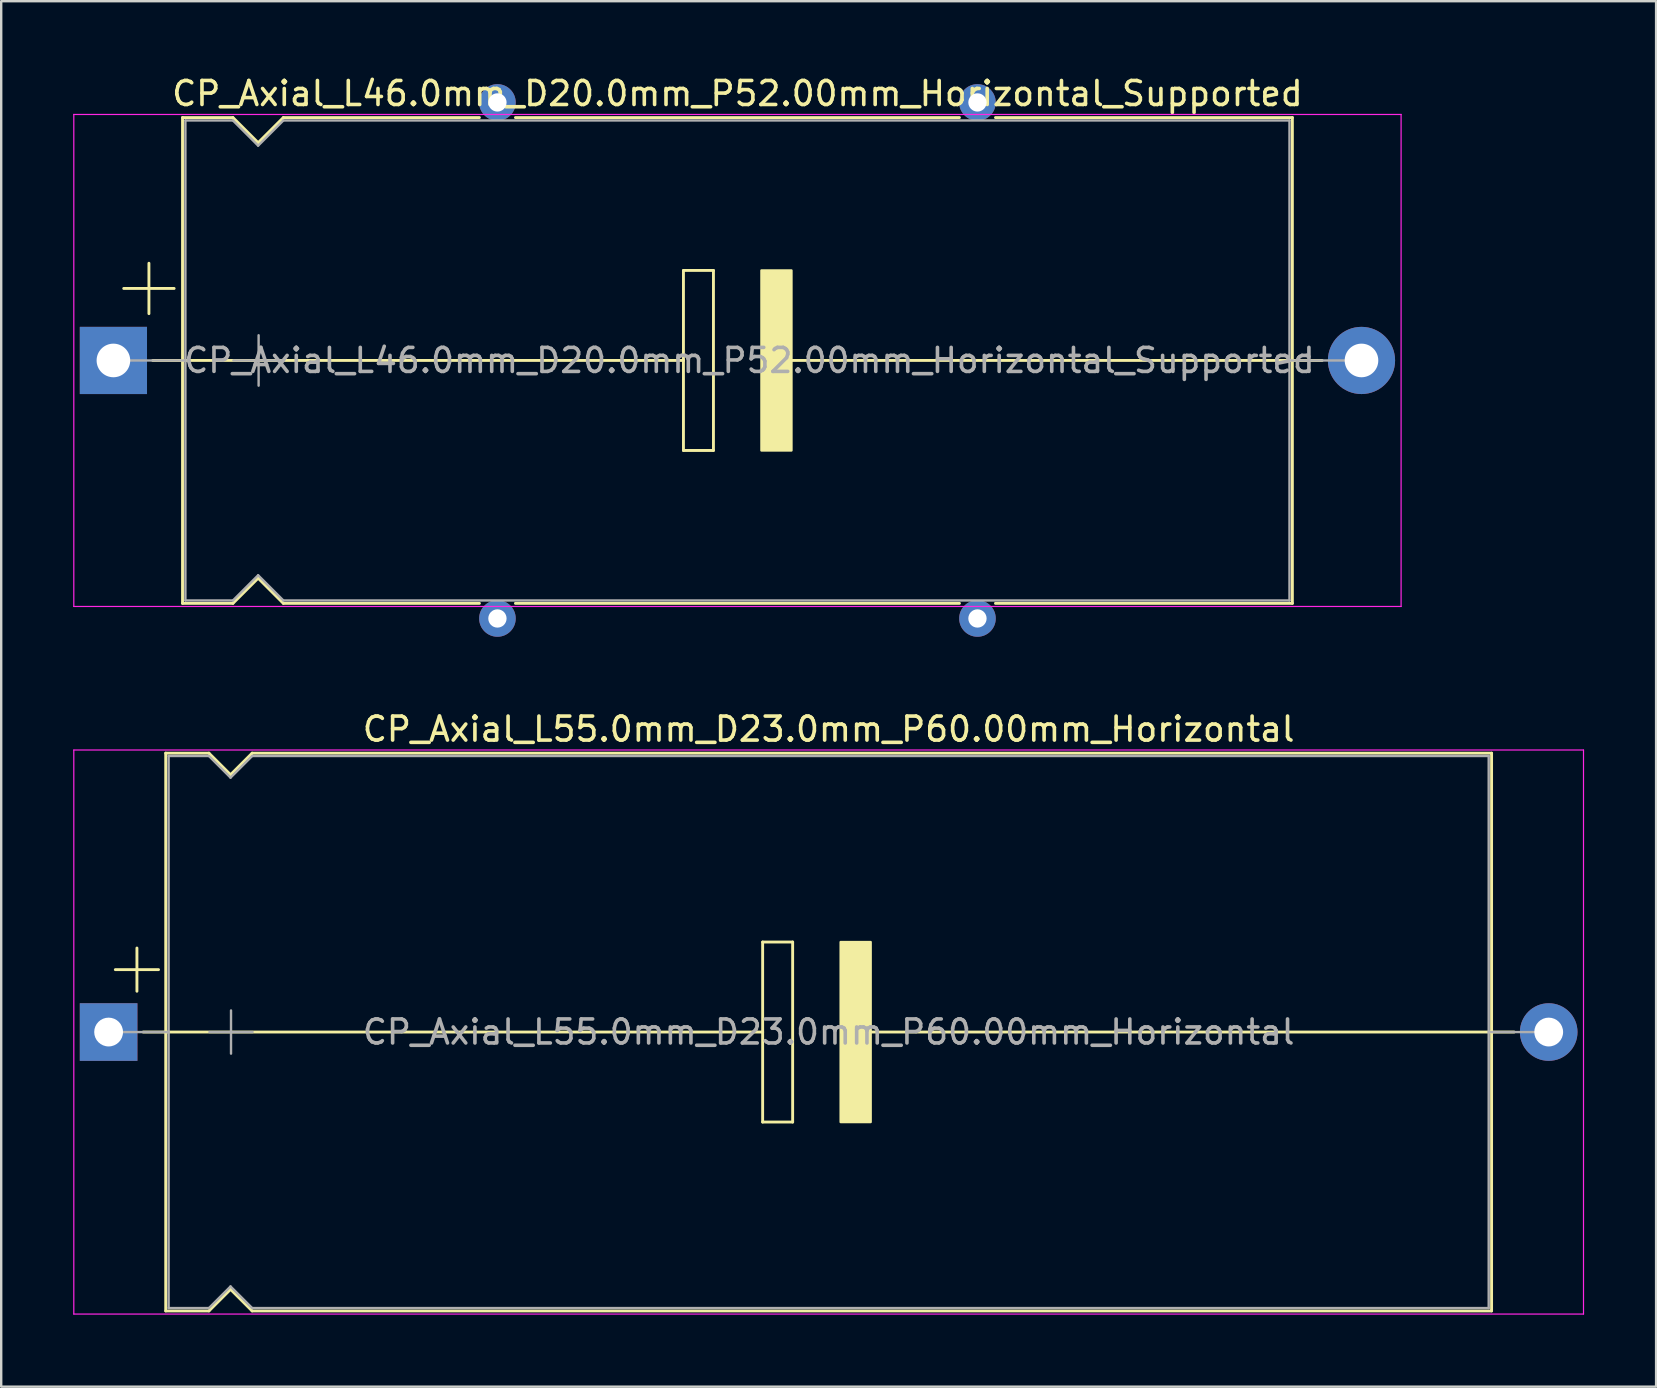
<source format=kicad_pcb>
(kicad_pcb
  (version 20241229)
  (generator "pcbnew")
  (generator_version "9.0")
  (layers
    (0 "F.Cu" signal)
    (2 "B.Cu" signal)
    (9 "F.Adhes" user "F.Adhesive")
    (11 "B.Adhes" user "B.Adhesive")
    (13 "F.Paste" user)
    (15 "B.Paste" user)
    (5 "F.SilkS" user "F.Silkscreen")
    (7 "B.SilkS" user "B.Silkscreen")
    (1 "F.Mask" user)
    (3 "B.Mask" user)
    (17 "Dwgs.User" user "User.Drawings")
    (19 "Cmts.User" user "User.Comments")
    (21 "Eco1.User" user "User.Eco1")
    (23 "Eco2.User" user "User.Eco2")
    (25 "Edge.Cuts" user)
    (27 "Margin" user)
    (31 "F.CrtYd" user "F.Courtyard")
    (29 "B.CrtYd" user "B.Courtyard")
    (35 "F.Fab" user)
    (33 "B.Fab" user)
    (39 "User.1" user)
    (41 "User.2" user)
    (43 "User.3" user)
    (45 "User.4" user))
  (footprint "CP_Axial_L55.0mm_D23.0mm_P60.00mm_Horizontal"
    (layer "F.Cu")
    (at 1.475 39.949)
    (property "Reference" "CP_Axial_L55.0mm_D23.0mm_P60.00mm_Horizontal" (at 30 -12.62 0) (layer "F.SilkS") (effects (font (size 1 1) (thickness 0.15))))
    (attr through_hole)
    (fp_line (start 0.28 -2.6) (end 2.08 -2.6) (stroke (width 0.12) (type solid)) (layer "F.SilkS"))
    (fp_line (start 1.18 -3.5) (end 1.18 -1.7) (stroke (width 0.12) (type solid)) (layer "F.SilkS"))
    (fp_line (start 1.44 0) (end 2.38 0) (stroke (width 0.12) (type solid)) (layer "F.SilkS"))
    (fp_line (start 2.38 -11.62) (end 2.38 11.62) (stroke (width 0.12) (type solid)) (layer "F.SilkS"))
    (fp_line (start 2.38 -11.62) (end 4.18 -11.62) (stroke (width 0.12) (type solid)) (layer "F.SilkS"))
    (fp_line (start 2.38 0) (end 27.25 0) (stroke (width 0.12) (type solid)) (layer "F.SilkS"))
    (fp_line (start 2.38 11.62) (end 4.18 11.62) (stroke (width 0.12) (type solid)) (layer "F.SilkS"))
    (fp_line (start 4.18 -11.62) (end 5.08 -10.72) (stroke (width 0.12) (type solid)) (layer "F.SilkS"))
    (fp_line (start 4.18 11.62) (end 5.08 10.72) (stroke (width 0.12) (type solid)) (layer "F.SilkS"))
    (fp_line (start 5.08 -10.72) (end 5.98 -11.62) (stroke (width 0.12) (type solid)) (layer "F.SilkS"))
    (fp_line (start 5.08 10.72) (end 5.98 11.62) (stroke (width 0.12) (type solid)) (layer "F.SilkS"))
    (fp_line (start 5.98 -11.62) (end 57.62 -11.62) (stroke (width 0.12) (type solid)) (layer "F.SilkS"))
    (fp_line (start 5.98 11.62) (end 57.62 11.62) (stroke (width 0.12) (type solid)) (layer "F.SilkS"))
    (fp_line (start 27.25 -3.75) (end 28.5 -3.75) (stroke (width 0.12) (type solid)) (layer "F.SilkS"))
    (fp_line (start 27.25 0) (end 27.25 -3.75) (stroke (width 0.12) (type solid)) (layer "F.SilkS"))
    (fp_line (start 27.25 3.75) (end 27.25 0) (stroke (width 0.12) (type solid)) (layer "F.SilkS"))
    (fp_line (start 28.5 -3.75) (end 28.5 3.75) (stroke (width 0.12) (type solid)) (layer "F.SilkS"))
    (fp_line (start 28.5 3.75) (end 27.25 3.75) (stroke (width 0.12) (type solid)) (layer "F.SilkS"))
    (fp_line (start 31.75 0) (end 57.62 0) (stroke (width 0.12) (type solid)) (layer "F.SilkS"))
    (fp_line (start 57.62 -11.62) (end 57.62 11.62) (stroke (width 0.12) (type solid)) (layer "F.SilkS"))
    (fp_line (start 58.56 0) (end 57.62 0) (stroke (width 0.12) (type solid)) (layer "F.SilkS"))
    (fp_poly (pts (xy 31.75 3.75) (xy 30.5 3.75) (xy 30.5 -3.75) (xy 31.75 -3.75)) (stroke (width 0.1) (type solid)) (fill yes) (layer "F.SilkS"))
    (fp_line (start -1.45 -11.75) (end -1.45 11.75) (stroke (width 0.05) (type solid)) (layer "F.CrtYd"))
    (fp_line (start -1.45 11.75) (end 61.45 11.75) (stroke (width 0.05) (type solid)) (layer "F.CrtYd"))
    (fp_line (start 61.45 -11.75) (end -1.45 -11.75) (stroke (width 0.05) (type solid)) (layer "F.CrtYd"))
    (fp_line (start 61.45 11.75) (end 61.45 -11.75) (stroke (width 0.05) (type solid)) (layer "F.CrtYd"))
    (fp_line (start 0 0) (end 2.5 0) (stroke (width 0.1) (type solid)) (layer "F.Fab"))
    (fp_line (start 2.5 -11.5) (end 2.5 11.5) (stroke (width 0.1) (type solid)) (layer "F.Fab"))
    (fp_line (start 2.5 -11.5) (end 4.18 -11.5) (stroke (width 0.1) (type solid)) (layer "F.Fab"))
    (fp_line (start 2.5 11.5) (end 4.18 11.5) (stroke (width 0.1) (type solid)) (layer "F.Fab"))
    (fp_line (start 4.18 -11.5) (end 5.08 -10.6) (stroke (width 0.1) (type solid)) (layer "F.Fab"))
    (fp_line (start 4.18 11.5) (end 5.08 10.6) (stroke (width 0.1) (type solid)) (layer "F.Fab"))
    (fp_line (start 4.2 0) (end 6 0) (stroke (width 0.1) (type solid)) (layer "F.Fab"))
    (fp_line (start 5.08 -10.6) (end 5.98 -11.5) (stroke (width 0.1) (type solid)) (layer "F.Fab"))
    (fp_line (start 5.08 10.6) (end 5.98 11.5) (stroke (width 0.1) (type solid)) (layer "F.Fab"))
    (fp_line (start 5.1 -0.9) (end 5.1 0.9) (stroke (width 0.1) (type solid)) (layer "F.Fab"))
    (fp_line (start 5.98 -11.5) (end 57.5 -11.5) (stroke (width 0.1) (type solid)) (layer "F.Fab"))
    (fp_line (start 5.98 11.5) (end 57.5 11.5) (stroke (width 0.1) (type solid)) (layer "F.Fab"))
    (fp_line (start 57.5 -11.5) (end 57.5 11.5) (stroke (width 0.1) (type solid)) (layer "F.Fab"))
    (fp_line (start 60 0) (end 57.5 0) (stroke (width 0.1) (type solid)) (layer "F.Fab"))
    (fp_text user "${REFERENCE}" (at 30 0 0) (layer "F.Fab") (effects (font (size 1 1) (thickness 0.15))))
    (pad "1" thru_hole rect (at 0 0) (size 2.4 2.4) (drill 1.2) (layers "*.Cu" "*.Mask"))
    (pad "2" thru_hole oval (at 60 0) (size 2.4 2.4) (drill 1.2) (layers "*.Cu" "*.Mask")))
  (footprint "CP_Axial_L46.0mm_D20.0mm_P52.00mm_Horizontal_Supported"
    (layer "F.Cu")
    (at 1.675 11.968)
    (property "Reference" "CP_Axial_L46.0mm_D20.0mm_P52.00mm_Horizontal_Supported" (at 26 -11.12 0) (layer "F.SilkS") (effects (font (size 1 1) (thickness 0.15))))
    (attr through_hole)
    (fp_line (start 0.43 -3) (end 2.53 -3) (stroke (width 0.12) (type solid)) (layer "F.SilkS"))
    (fp_line (start 1.48 -4.05) (end 1.48 -1.95) (stroke (width 0.12) (type solid)) (layer "F.SilkS"))
    (fp_line (start 1.64 0) (end 2.88 0) (stroke (width 0.12) (type solid)) (layer "F.SilkS"))
    (fp_line (start 2.88 -10.12) (end 2.88 10.12) (stroke (width 0.12) (type solid)) (layer "F.SilkS"))
    (fp_line (start 2.88 -10.12) (end 4.98 -10.12) (stroke (width 0.12) (type solid)) (layer "F.SilkS"))
    (fp_line (start 2.88 0) (end 23.75 0) (stroke (width 0.12) (type solid)) (layer "F.SilkS"))
    (fp_line (start 2.88 10.12) (end 4.98 10.12) (stroke (width 0.12) (type solid)) (layer "F.SilkS"))
    (fp_line (start 4.98 -10.12) (end 6.03 -9.07) (stroke (width 0.12) (type solid)) (layer "F.SilkS"))
    (fp_line (start 4.98 10.12) (end 6.03 9.07) (stroke (width 0.12) (type solid)) (layer "F.SilkS"))
    (fp_line (start 6.03 -9.07) (end 7.08 -10.12) (stroke (width 0.12) (type solid)) (layer "F.SilkS"))
    (fp_line (start 6.03 9.07) (end 7.08 10.12) (stroke (width 0.12) (type solid)) (layer "F.SilkS"))
    (fp_line (start 7.08 -10.12) (end 15.25 -10.12) (stroke (width 0.12) (type solid)) (layer "F.SilkS"))
    (fp_line (start 7.08 10.12) (end 15.25 10.12) (stroke (width 0.12) (type solid)) (layer "F.SilkS"))
    (fp_line (start 16.75 -10.12) (end 35.25 -10.12) (stroke (width 0.12) (type solid)) (layer "F.SilkS"))
    (fp_line (start 16.75 10.12) (end 35.25 10.12) (stroke (width 0.12) (type solid)) (layer "F.SilkS"))
    (fp_line (start 23.75 -3.75) (end 25 -3.75) (stroke (width 0.12) (type solid)) (layer "F.SilkS"))
    (fp_line (start 23.75 0) (end 23.75 -3.75) (stroke (width 0.12) (type solid)) (layer "F.SilkS"))
    (fp_line (start 23.75 3.75) (end 23.75 0) (stroke (width 0.12) (type solid)) (layer "F.SilkS"))
    (fp_line (start 25 -3.75) (end 25 3.75) (stroke (width 0.12) (type solid)) (layer "F.SilkS"))
    (fp_line (start 25 3.75) (end 23.75 3.75) (stroke (width 0.12) (type solid)) (layer "F.SilkS"))
    (fp_line (start 27.75 0) (end 49.12 0) (stroke (width 0.12) (type solid)) (layer "F.SilkS"))
    (fp_line (start 36.75 -10.12) (end 49.12 -10.12) (stroke (width 0.12) (type solid)) (layer "F.SilkS"))
    (fp_line (start 36.75 10.12) (end 49.12 10.12) (stroke (width 0.12) (type solid)) (layer "F.SilkS"))
    (fp_line (start 49.12 -10.12) (end 49.12 10.12) (stroke (width 0.12) (type solid)) (layer "F.SilkS"))
    (fp_line (start 50.36 0) (end 49.12 0) (stroke (width 0.12) (type solid)) (layer "F.SilkS"))
    (fp_poly (pts (xy 28.25 3.75) (xy 27 3.75) (xy 27 -3.75) (xy 28.25 -3.75)) (stroke (width 0.1) (type solid)) (fill yes) (layer "F.SilkS"))
    (fp_line (start -1.65 -10.25) (end -1.65 10.25) (stroke (width 0.05) (type solid)) (layer "F.CrtYd"))
    (fp_line (start -1.65 10.25) (end 53.65 10.25) (stroke (width 0.05) (type solid)) (layer "F.CrtYd"))
    (fp_line (start 53.65 -10.25) (end -1.65 -10.25) (stroke (width 0.05) (type solid)) (layer "F.CrtYd"))
    (fp_line (start 53.65 10.25) (end 53.65 -10.25) (stroke (width 0.05) (type solid)) (layer "F.CrtYd"))
    (fp_line (start 0 0) (end 3 0) (stroke (width 0.1) (type solid)) (layer "F.Fab"))
    (fp_line (start 3 -10) (end 3 10) (stroke (width 0.1) (type solid)) (layer "F.Fab"))
    (fp_line (start 3 -10) (end 4.98 -10) (stroke (width 0.1) (type solid)) (layer "F.Fab"))
    (fp_line (start 3 10) (end 4.98 10) (stroke (width 0.1) (type solid)) (layer "F.Fab"))
    (fp_line (start 4.98 -10) (end 6.03 -8.95) (stroke (width 0.1) (type solid)) (layer "F.Fab"))
    (fp_line (start 4.98 10) (end 6.03 8.95) (stroke (width 0.1) (type solid)) (layer "F.Fab"))
    (fp_line (start 5 0) (end 7.1 0) (stroke (width 0.1) (type solid)) (layer "F.Fab"))
    (fp_line (start 6.03 -8.95) (end 7.08 -10) (stroke (width 0.1) (type solid)) (layer "F.Fab"))
    (fp_line (start 6.03 8.95) (end 7.08 10) (stroke (width 0.1) (type solid)) (layer "F.Fab"))
    (fp_line (start 6.05 -1.05) (end 6.05 1.05) (stroke (width 0.1) (type solid)) (layer "F.Fab"))
    (fp_line (start 7.08 -10) (end 49 -10) (stroke (width 0.1) (type solid)) (layer "F.Fab"))
    (fp_line (start 7.08 10) (end 49 10) (stroke (width 0.1) (type solid)) (layer "F.Fab"))
    (fp_line (start 49 -10) (end 49 10) (stroke (width 0.1) (type solid)) (layer "F.Fab"))
    (fp_line (start 52 0) (end 49 0) (stroke (width 0.1) (type solid)) (layer "F.Fab"))
    (fp_text user "${REFERENCE}" (at 26.5 0 0) (layer "F.Fab") (effects (font (size 1 1) (thickness 0.15))))
    (pad "" thru_hole circle (at 16 -10.75) (size 1.524 1.524) (drill 0.762) (layers "*.Cu" "*.Mask"))
    (pad "" thru_hole circle (at 16 10.75) (size 1.524 1.524) (drill 0.762) (layers "*.Cu" "*.Mask"))
    (pad "" thru_hole circle (at 36 -10.75) (size 1.524 1.524) (drill 0.762) (layers "*.Cu" "*.Mask"))
    (pad "" thru_hole circle (at 36 10.75) (size 1.524 1.524) (drill 0.762) (layers "*.Cu" "*.Mask"))
    (pad "1" thru_hole rect (at 0 0) (size 2.8 2.8) (drill 1.4) (layers "*.Cu" "*.Mask"))
    (pad "2" thru_hole oval (at 52 0) (size 2.8 2.8) (drill 1.4) (layers "*.Cu" "*.Mask")))
  (gr_rect
    (start -3 -3)
    (end 65.95 54.724)
    (stroke (width 0.1) (type default))
    (fill no)
    (layer "Edge.Cuts")))
</source>
